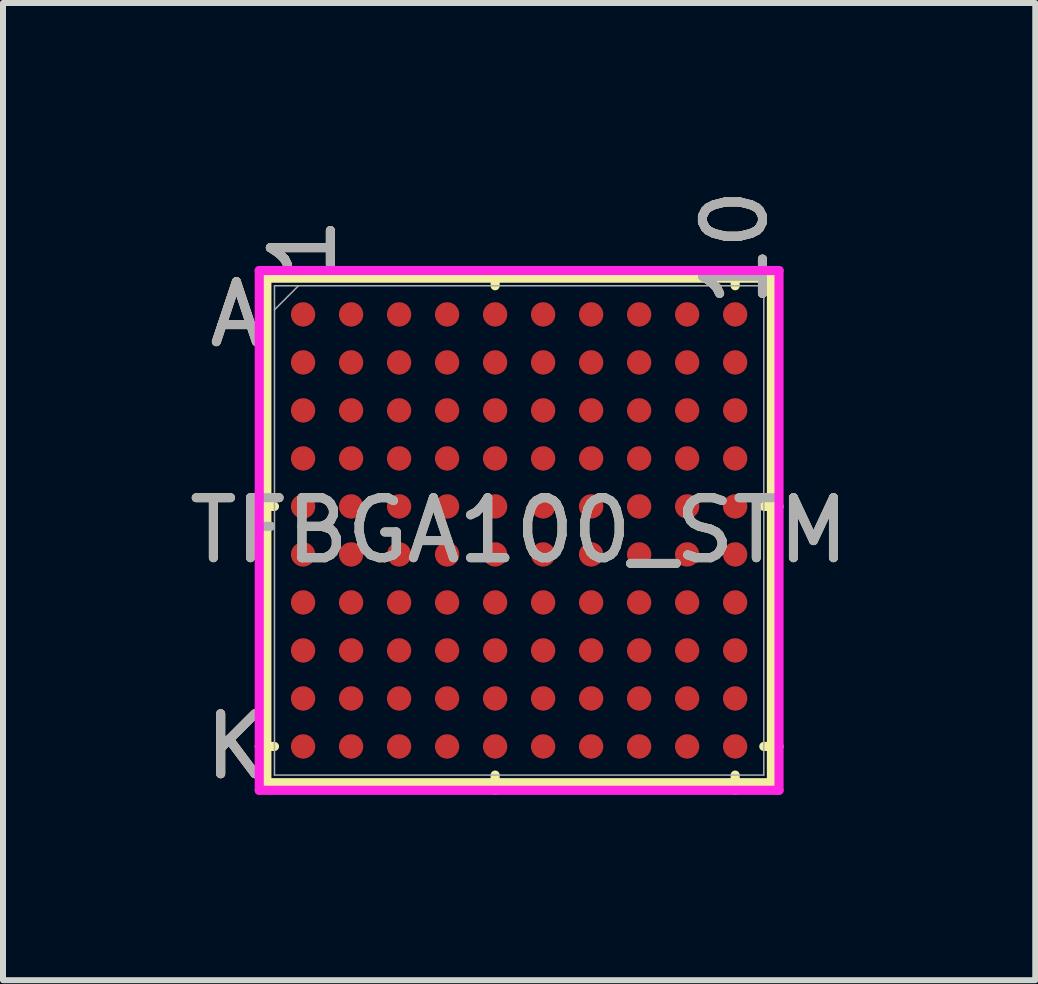
<source format=kicad_pcb>
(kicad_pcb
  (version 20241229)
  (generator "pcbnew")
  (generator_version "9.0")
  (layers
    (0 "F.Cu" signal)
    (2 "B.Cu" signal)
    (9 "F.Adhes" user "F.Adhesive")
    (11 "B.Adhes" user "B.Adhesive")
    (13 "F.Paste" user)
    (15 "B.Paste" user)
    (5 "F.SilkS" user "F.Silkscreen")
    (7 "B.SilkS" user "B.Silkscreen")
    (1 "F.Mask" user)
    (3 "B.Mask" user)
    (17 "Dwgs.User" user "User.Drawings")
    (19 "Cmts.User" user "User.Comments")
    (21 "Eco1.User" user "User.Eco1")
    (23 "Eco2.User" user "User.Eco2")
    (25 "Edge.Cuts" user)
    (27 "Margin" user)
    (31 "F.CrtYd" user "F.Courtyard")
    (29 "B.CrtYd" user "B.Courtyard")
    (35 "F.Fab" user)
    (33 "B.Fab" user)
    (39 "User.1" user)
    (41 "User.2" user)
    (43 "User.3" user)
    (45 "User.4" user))
  (footprint "TFBGA100_STM"
    (layer "F.Cu")
    (at 5.601 5.789)
    (property "Reference" "TFBGA100_STM" (at 0 0 0) (unlocked yes) (layer "F.SilkS") (effects (font (size 1 1) (thickness 0.15))))
    (attr smd)
    (fp_line (start -4.204 -4.204) (end -4.204 4.204) (stroke (width 0.152) (type solid)) (layer "F.SilkS"))
    (fp_line (start -4.204 4.204) (end 4.204 4.204) (stroke (width 0.152) (type solid)) (layer "F.SilkS"))
    (fp_line (start -4.077 -0.4) (end -4.331 -0.4) (stroke (width 0.152) (type solid)) (layer "F.SilkS"))
    (fp_line (start -4.077 3.6) (end -4.331 3.6) (stroke (width 0.152) (type solid)) (layer "F.SilkS"))
    (fp_line (start -0.4 -4.077) (end -0.4 -4.331) (stroke (width 0.152) (type solid)) (layer "F.SilkS"))
    (fp_line (start -0.4 4.077) (end -0.4 4.331) (stroke (width 0.152) (type solid)) (layer "F.SilkS"))
    (fp_line (start 3.6 -4.077) (end 3.6 -4.331) (stroke (width 0.152) (type solid)) (layer "F.SilkS"))
    (fp_line (start 3.6 4.077) (end 3.6 4.331) (stroke (width 0.152) (type solid)) (layer "F.SilkS"))
    (fp_line (start 4.077 -0.4) (end 4.331 -0.4) (stroke (width 0.152) (type solid)) (layer "F.SilkS"))
    (fp_line (start 4.077 3.6) (end 4.331 3.6) (stroke (width 0.152) (type solid)) (layer "F.SilkS"))
    (fp_line (start 4.204 -4.204) (end -4.204 -4.204) (stroke (width 0.152) (type solid)) (layer "F.SilkS"))
    (fp_line (start 4.204 4.204) (end 4.204 -4.204) (stroke (width 0.152) (type solid)) (layer "F.SilkS"))
    (fp_poly (pts (xy -4.444 -4.444) (xy 4.444 -4.444) (xy 4.444 4.444) (xy -4.444 4.444)) (stroke (width 0.1) (type solid)) (fill no) (layer "Eco2.User"))
    (fp_line (start -4.331 -4.331) (end 4.331 -4.331) (stroke (width 0.152) (type solid)) (layer "F.CrtYd"))
    (fp_line (start -4.331 4.331) (end -4.331 -4.331) (stroke (width 0.152) (type solid)) (layer "F.CrtYd"))
    (fp_line (start 4.331 -4.331) (end 4.331 4.331) (stroke (width 0.152) (type solid)) (layer "F.CrtYd"))
    (fp_line (start 4.331 4.331) (end -4.331 4.331) (stroke (width 0.152) (type solid)) (layer "F.CrtYd"))
    (fp_line (start -4.077 -4.077) (end -4.077 4.077) (stroke (width 0.025) (type solid)) (layer "F.Fab"))
    (fp_line (start -4.077 4.077) (end 4.077 4.077) (stroke (width 0.025) (type solid)) (layer "F.Fab"))
    (fp_line (start -3.677 -4.077) (end -4.077 -3.677) (stroke (width 0.025) (type solid)) (layer "F.Fab"))
    (fp_line (start 4.077 -4.077) (end -4.077 -4.077) (stroke (width 0.025) (type solid)) (layer "F.Fab"))
    (fp_line (start 4.077 4.077) (end 4.077 -4.077) (stroke (width 0.025) (type solid)) (layer "F.Fab"))
    (fp_text user "A" (at -4.712 -3.6 0) (unlocked yes) (layer "F.SilkS") (effects (font (size 1 1) (thickness 0.15))))
    (fp_text user "K" (at -4.712 3.6 0) (unlocked yes) (layer "F.SilkS") (effects (font (size 1 1) (thickness 0.15))))
    (fp_text user "10" (at 3.6 -4.712 90) (unlocked yes) (layer "F.SilkS") (effects (font (size 1 1) (thickness 0.15))))
    (fp_text user "1" (at -3.6 -4.712 90) (unlocked yes) (layer "F.SilkS") (effects (font (size 1 1) (thickness 0.15))))
    (fp_text user "10" (at 3.6 -4.712 90) (unlocked yes) (layer "B.SilkS") (effects (font (size 1 1) (thickness 0.15))))
    (fp_text user "A" (at -4.712 -3.6 0) (unlocked yes) (layer "B.SilkS") (effects (font (size 1 1) (thickness 0.15))))
    (fp_text user "K" (at -4.712 3.6 0) (unlocked yes) (layer "B.SilkS") (effects (font (size 1 1) (thickness 0.15))))
    (fp_text user "1" (at -3.6 -4.712 90) (unlocked yes) (layer "B.SilkS") (effects (font (size 1 1) (thickness 0.15))))
    (fp_text user "10" (at 3.6 -4.712 90) (unlocked yes) (layer "F.Fab") (effects (font (size 1 1) (thickness 0.15))))
    (fp_text user "${REFERENCE}" (at 0 0 0) (unlocked yes) (layer "F.Fab") (effects (font (size 1 1) (thickness 0.15))))
    (fp_text user "A" (at -4.712 -3.6 0) (unlocked yes) (layer "F.Fab") (effects (font (size 1 1) (thickness 0.15))))
    (fp_text user "1" (at -3.6 -4.712 90) (unlocked yes) (layer "F.Fab") (effects (font (size 1 1) (thickness 0.15))))
    (fp_text user "K" (at -4.712 3.6 0) (unlocked yes) (layer "F.Fab") (effects (font (size 1 1) (thickness 0.15))))
    (pad "A1" smd circle (at -3.6 -3.6) (size 0.406 0.406) (layers "F.Cu" "F.Mask" "F.Paste"))
    (pad "A2" smd circle (at -2.8 -3.6) (size 0.406 0.406) (layers "F.Cu" "F.Mask" "F.Paste"))
    (pad "A3" smd circle (at -2 -3.6) (size 0.406 0.406) (layers "F.Cu" "F.Mask" "F.Paste"))
    (pad "A4" smd circle (at -1.2 -3.6) (size 0.406 0.406) (layers "F.Cu" "F.Mask" "F.Paste"))
    (pad "A5" smd circle (at -0.4 -3.6) (size 0.406 0.406) (layers "F.Cu" "F.Mask" "F.Paste"))
    (pad "A6" smd circle (at 0.4 -3.6) (size 0.406 0.406) (layers "F.Cu" "F.Mask" "F.Paste"))
    (pad "A7" smd circle (at 1.2 -3.6) (size 0.406 0.406) (layers "F.Cu" "F.Mask" "F.Paste"))
    (pad "A8" smd circle (at 2 -3.6) (size 0.406 0.406) (layers "F.Cu" "F.Mask" "F.Paste"))
    (pad "A9" smd circle (at 2.8 -3.6) (size 0.406 0.406) (layers "F.Cu" "F.Mask" "F.Paste"))
    (pad "A10" smd circle (at 3.6 -3.6) (size 0.406 0.406) (layers "F.Cu" "F.Mask" "F.Paste"))
    (pad "B1" smd circle (at -3.6 -2.8) (size 0.406 0.406) (layers "F.Cu" "F.Mask" "F.Paste"))
    (pad "B2" smd circle (at -2.8 -2.8) (size 0.406 0.406) (layers "F.Cu" "F.Mask" "F.Paste"))
    (pad "B3" smd circle (at -2 -2.8) (size 0.406 0.406) (layers "F.Cu" "F.Mask" "F.Paste"))
    (pad "B4" smd circle (at -1.2 -2.8) (size 0.406 0.406) (layers "F.Cu" "F.Mask" "F.Paste"))
    (pad "B5" smd circle (at -0.4 -2.8) (size 0.406 0.406) (layers "F.Cu" "F.Mask" "F.Paste"))
    (pad "B6" smd circle (at 0.4 -2.8) (size 0.406 0.406) (layers "F.Cu" "F.Mask" "F.Paste"))
    (pad "B7" smd circle (at 1.2 -2.8) (size 0.406 0.406) (layers "F.Cu" "F.Mask" "F.Paste"))
    (pad "B8" smd circle (at 2 -2.8) (size 0.406 0.406) (layers "F.Cu" "F.Mask" "F.Paste"))
    (pad "B9" smd circle (at 2.8 -2.8) (size 0.406 0.406) (layers "F.Cu" "F.Mask" "F.Paste"))
    (pad "B10" smd circle (at 3.6 -2.8) (size 0.406 0.406) (layers "F.Cu" "F.Mask" "F.Paste"))
    (pad "C1" smd circle (at -3.6 -2) (size 0.406 0.406) (layers "F.Cu" "F.Mask" "F.Paste"))
    (pad "C2" smd circle (at -2.8 -2) (size 0.406 0.406) (layers "F.Cu" "F.Mask" "F.Paste"))
    (pad "C3" smd circle (at -2 -2) (size 0.406 0.406) (layers "F.Cu" "F.Mask" "F.Paste"))
    (pad "C4" smd circle (at -1.2 -2) (size 0.406 0.406) (layers "F.Cu" "F.Mask" "F.Paste"))
    (pad "C5" smd circle (at -0.4 -2) (size 0.406 0.406) (layers "F.Cu" "F.Mask" "F.Paste"))
    (pad "C6" smd circle (at 0.4 -2) (size 0.406 0.406) (layers "F.Cu" "F.Mask" "F.Paste"))
    (pad "C7" smd circle (at 1.2 -2) (size 0.406 0.406) (layers "F.Cu" "F.Mask" "F.Paste"))
    (pad "C8" smd circle (at 2 -2) (size 0.406 0.406) (layers "F.Cu" "F.Mask" "F.Paste"))
    (pad "C9" smd circle (at 2.8 -2) (size 0.406 0.406) (layers "F.Cu" "F.Mask" "F.Paste"))
    (pad "C10" smd circle (at 3.6 -2) (size 0.406 0.406) (layers "F.Cu" "F.Mask" "F.Paste"))
    (pad "D1" smd circle (at -3.6 -1.2) (size 0.406 0.406) (layers "F.Cu" "F.Mask" "F.Paste"))
    (pad "D2" smd circle (at -2.8 -1.2) (size 0.406 0.406) (layers "F.Cu" "F.Mask" "F.Paste"))
    (pad "D3" smd circle (at -2 -1.2) (size 0.406 0.406) (layers "F.Cu" "F.Mask" "F.Paste"))
    (pad "D4" smd circle (at -1.2 -1.2) (size 0.406 0.406) (layers "F.Cu" "F.Mask" "F.Paste"))
    (pad "D5" smd circle (at -0.4 -1.2) (size 0.406 0.406) (layers "F.Cu" "F.Mask" "F.Paste"))
    (pad "D6" smd circle (at 0.4 -1.2) (size 0.406 0.406) (layers "F.Cu" "F.Mask" "F.Paste"))
    (pad "D7" smd circle (at 1.2 -1.2) (size 0.406 0.406) (layers "F.Cu" "F.Mask" "F.Paste"))
    (pad "D8" smd circle (at 2 -1.2) (size 0.406 0.406) (layers "F.Cu" "F.Mask" "F.Paste"))
    (pad "D9" smd circle (at 2.8 -1.2) (size 0.406 0.406) (layers "F.Cu" "F.Mask" "F.Paste"))
    (pad "D10" smd circle (at 3.6 -1.2) (size 0.406 0.406) (layers "F.Cu" "F.Mask" "F.Paste"))
    (pad "E1" smd circle (at -3.6 -0.4) (size 0.406 0.406) (layers "F.Cu" "F.Mask" "F.Paste"))
    (pad "E2" smd circle (at -2.8 -0.4) (size 0.406 0.406) (layers "F.Cu" "F.Mask" "F.Paste"))
    (pad "E3" smd circle (at -2 -0.4) (size 0.406 0.406) (layers "F.Cu" "F.Mask" "F.Paste"))
    (pad "E4" smd circle (at -1.2 -0.4) (size 0.406 0.406) (layers "F.Cu" "F.Mask" "F.Paste"))
    (pad "E5" smd circle (at -0.4 -0.4) (size 0.406 0.406) (layers "F.Cu" "F.Mask" "F.Paste"))
    (pad "E6" smd circle (at 0.4 -0.4) (size 0.406 0.406) (layers "F.Cu" "F.Mask" "F.Paste"))
    (pad "E7" smd circle (at 1.2 -0.4) (size 0.406 0.406) (layers "F.Cu" "F.Mask" "F.Paste"))
    (pad "E8" smd circle (at 2 -0.4) (size 0.406 0.406) (layers "F.Cu" "F.Mask" "F.Paste"))
    (pad "E9" smd circle (at 2.8 -0.4) (size 0.406 0.406) (layers "F.Cu" "F.Mask" "F.Paste"))
    (pad "E10" smd circle (at 3.6 -0.4) (size 0.406 0.406) (layers "F.Cu" "F.Mask" "F.Paste"))
    (pad "F1" smd circle (at -3.6 0.4) (size 0.406 0.406) (layers "F.Cu" "F.Mask" "F.Paste"))
    (pad "F2" smd circle (at -2.8 0.4) (size 0.406 0.406) (layers "F.Cu" "F.Mask" "F.Paste"))
    (pad "F3" smd circle (at -2 0.4) (size 0.406 0.406) (layers "F.Cu" "F.Mask" "F.Paste"))
    (pad "F4" smd circle (at -1.2 0.4) (size 0.406 0.406) (layers "F.Cu" "F.Mask" "F.Paste"))
    (pad "F5" smd circle (at -0.4 0.4) (size 0.406 0.406) (layers "F.Cu" "F.Mask" "F.Paste"))
    (pad "F6" smd circle (at 0.4 0.4) (size 0.406 0.406) (layers "F.Cu" "F.Mask" "F.Paste"))
    (pad "F7" smd circle (at 1.2 0.4) (size 0.406 0.406) (layers "F.Cu" "F.Mask" "F.Paste"))
    (pad "F8" smd circle (at 2 0.4) (size 0.406 0.406) (layers "F.Cu" "F.Mask" "F.Paste"))
    (pad "F9" smd circle (at 2.8 0.4) (size 0.406 0.406) (layers "F.Cu" "F.Mask" "F.Paste"))
    (pad "F10" smd circle (at 3.6 0.4) (size 0.406 0.406) (layers "F.Cu" "F.Mask" "F.Paste"))
    (pad "G1" smd circle (at -3.6 1.2) (size 0.406 0.406) (layers "F.Cu" "F.Mask" "F.Paste"))
    (pad "G2" smd circle (at -2.8 1.2) (size 0.406 0.406) (layers "F.Cu" "F.Mask" "F.Paste"))
    (pad "G3" smd circle (at -2 1.2) (size 0.406 0.406) (layers "F.Cu" "F.Mask" "F.Paste"))
    (pad "G4" smd circle (at -1.2 1.2) (size 0.406 0.406) (layers "F.Cu" "F.Mask" "F.Paste"))
    (pad "G5" smd circle (at -0.4 1.2) (size 0.406 0.406) (layers "F.Cu" "F.Mask" "F.Paste"))
    (pad "G6" smd circle (at 0.4 1.2) (size 0.406 0.406) (layers "F.Cu" "F.Mask" "F.Paste"))
    (pad "G7" smd circle (at 1.2 1.2) (size 0.406 0.406) (layers "F.Cu" "F.Mask" "F.Paste"))
    (pad "G8" smd circle (at 2 1.2) (size 0.406 0.406) (layers "F.Cu" "F.Mask" "F.Paste"))
    (pad "G9" smd circle (at 2.8 1.2) (size 0.406 0.406) (layers "F.Cu" "F.Mask" "F.Paste"))
    (pad "G10" smd circle (at 3.6 1.2) (size 0.406 0.406) (layers "F.Cu" "F.Mask" "F.Paste"))
    (pad "H1" smd circle (at -3.6 2) (size 0.406 0.406) (layers "F.Cu" "F.Mask" "F.Paste"))
    (pad "H2" smd circle (at -2.8 2) (size 0.406 0.406) (layers "F.Cu" "F.Mask" "F.Paste"))
    (pad "H3" smd circle (at -2 2) (size 0.406 0.406) (layers "F.Cu" "F.Mask" "F.Paste"))
    (pad "H4" smd circle (at -1.2 2) (size 0.406 0.406) (layers "F.Cu" "F.Mask" "F.Paste"))
    (pad "H5" smd circle (at -0.4 2) (size 0.406 0.406) (layers "F.Cu" "F.Mask" "F.Paste"))
    (pad "H6" smd circle (at 0.4 2) (size 0.406 0.406) (layers "F.Cu" "F.Mask" "F.Paste"))
    (pad "H7" smd circle (at 1.2 2) (size 0.406 0.406) (layers "F.Cu" "F.Mask" "F.Paste"))
    (pad "H8" smd circle (at 2 2) (size 0.406 0.406) (layers "F.Cu" "F.Mask" "F.Paste"))
    (pad "H9" smd circle (at 2.8 2) (size 0.406 0.406) (layers "F.Cu" "F.Mask" "F.Paste"))
    (pad "H10" smd circle (at 3.6 2) (size 0.406 0.406) (layers "F.Cu" "F.Mask" "F.Paste"))
    (pad "J1" smd circle (at -3.6 2.8) (size 0.406 0.406) (layers "F.Cu" "F.Mask" "F.Paste"))
    (pad "J2" smd circle (at -2.8 2.8) (size 0.406 0.406) (layers "F.Cu" "F.Mask" "F.Paste"))
    (pad "J3" smd circle (at -2 2.8) (size 0.406 0.406) (layers "F.Cu" "F.Mask" "F.Paste"))
    (pad "J4" smd circle (at -1.2 2.8) (size 0.406 0.406) (layers "F.Cu" "F.Mask" "F.Paste"))
    (pad "J5" smd circle (at -0.4 2.8) (size 0.406 0.406) (layers "F.Cu" "F.Mask" "F.Paste"))
    (pad "J6" smd circle (at 0.4 2.8) (size 0.406 0.406) (layers "F.Cu" "F.Mask" "F.Paste"))
    (pad "J7" smd circle (at 1.2 2.8) (size 0.406 0.406) (layers "F.Cu" "F.Mask" "F.Paste"))
    (pad "J8" smd circle (at 2 2.8) (size 0.406 0.406) (layers "F.Cu" "F.Mask" "F.Paste"))
    (pad "J9" smd circle (at 2.8 2.8) (size 0.406 0.406) (layers "F.Cu" "F.Mask" "F.Paste"))
    (pad "J10" smd circle (at 3.6 2.8) (size 0.406 0.406) (layers "F.Cu" "F.Mask" "F.Paste"))
    (pad "K1" smd circle (at -3.6 3.6) (size 0.406 0.406) (layers "F.Cu" "F.Mask" "F.Paste"))
    (pad "K2" smd circle (at -2.8 3.6) (size 0.406 0.406) (layers "F.Cu" "F.Mask" "F.Paste"))
    (pad "K3" smd circle (at -2 3.6) (size 0.406 0.406) (layers "F.Cu" "F.Mask" "F.Paste"))
    (pad "K4" smd circle (at -1.2 3.6) (size 0.406 0.406) (layers "F.Cu" "F.Mask" "F.Paste"))
    (pad "K5" smd circle (at -0.4 3.6) (size 0.406 0.406) (layers "F.Cu" "F.Mask" "F.Paste"))
    (pad "K6" smd circle (at 0.4 3.6) (size 0.406 0.406) (layers "F.Cu" "F.Mask" "F.Paste"))
    (pad "K7" smd circle (at 1.2 3.6) (size 0.406 0.406) (layers "F.Cu" "F.Mask" "F.Paste"))
    (pad "K8" smd circle (at 2 3.6) (size 0.406 0.406) (layers "F.Cu" "F.Mask" "F.Paste"))
    (pad "K9" smd circle (at 2.8 3.6) (size 0.406 0.406) (layers "F.Cu" "F.Mask" "F.Paste"))
    (pad "K10" smd circle (at 3.6 3.6) (size 0.406 0.406) (layers "F.Cu" "F.Mask" "F.Paste")))
  (gr_rect
    (start -3 -3)
    (end 14.202 13.284)
    (stroke (width 0.1) (type default))
    (fill no)
    (layer "Edge.Cuts")))
</source>
